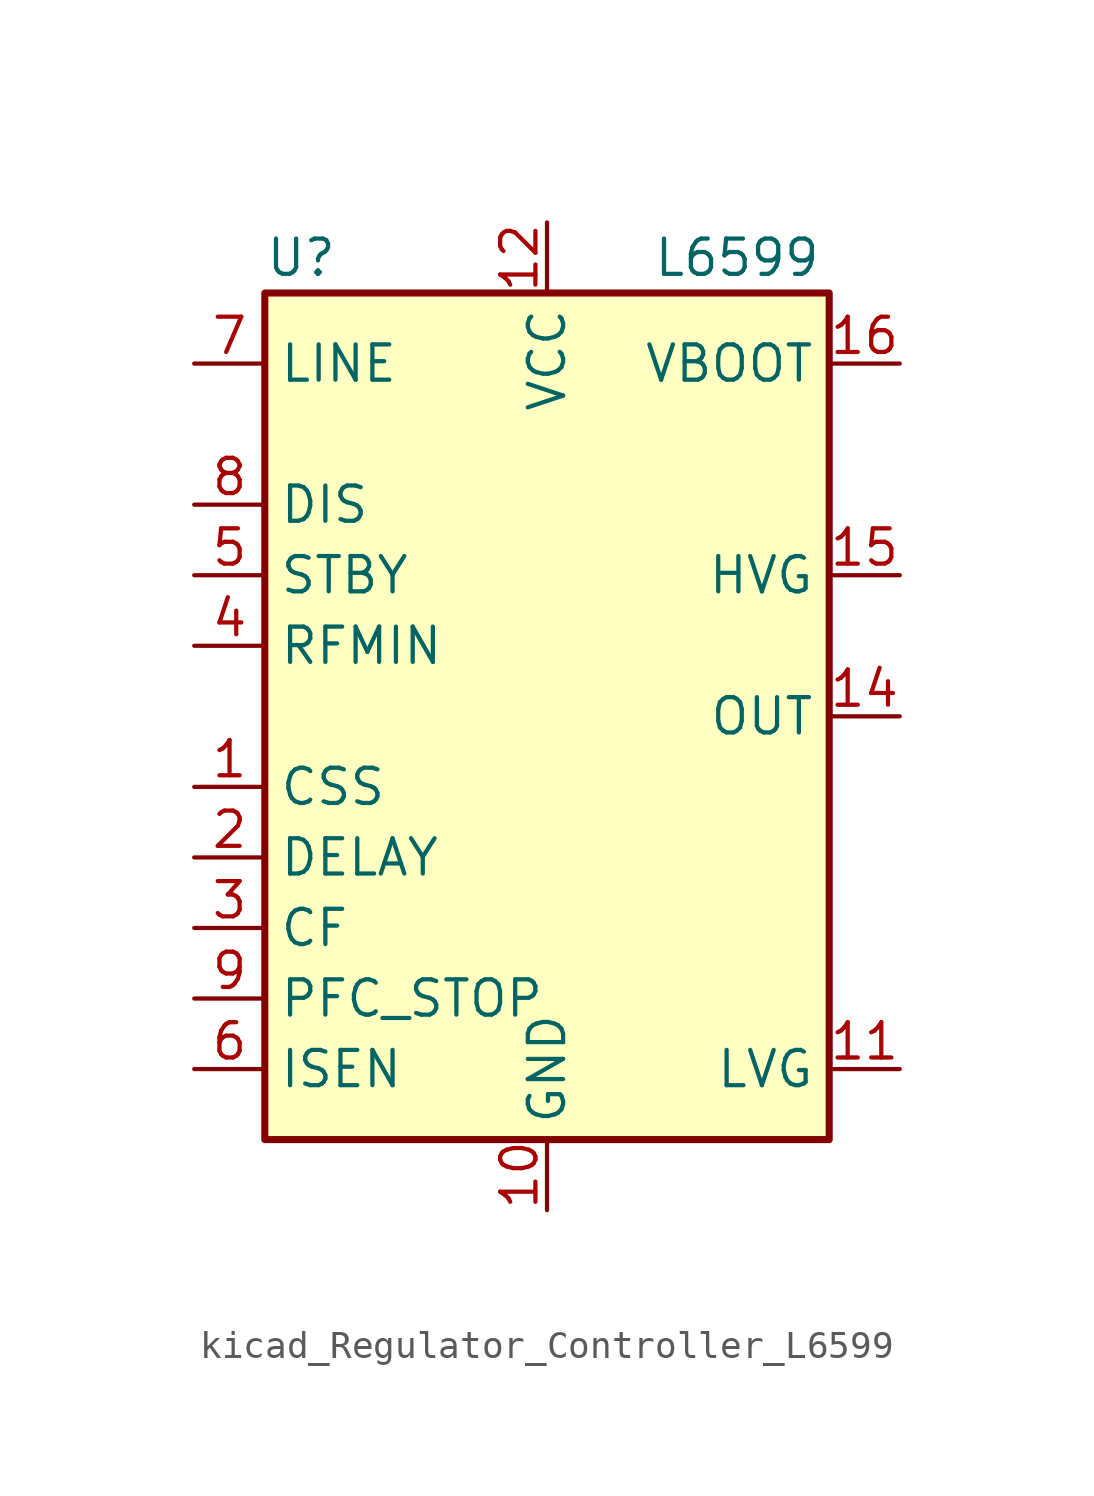
<source format=kicad_sym>
(kicad_symbol_lib
  (version 20220914)
  (generator kicad_symbol_editor)
  (symbol "kicad_Regulator_Controller_L6599"
    (property "Reference" "U"
      (at -10.16 16.51 0)
      (effects (font (size 1.27 1.27)) (justify left)))
    (property "Value" "L6599"
      (at 3.81 16.51 0)
      (effects (font (size 1.27 1.27)) (justify left)))
    (symbol "kicad_Regulator_Controller_L6599_0_0"
      (rectangle (start -10.16 15.24) (end 10.16 -15.24) (stroke (width 0.254) (type default)) (fill (type background))))
    (symbol "kicad_Regulator_Controller_L6599_1_1"
      (pin passive line (at -12.7 -2.54 0) (length 2.54) (name "CSS" (effects (font (size 1.27 1.27)))) (number "1" (effects (font (size 1.27 1.27)))))
      (pin power_in line (at 0 -17.78 90) (length 2.54) (name "GND" (effects (font (size 1.27 1.27)))) (number "10" (effects (font (size 1.27 1.27)))))
      (pin output line (at 12.7 -12.7 180) (length 2.54) (name "LVG" (effects (font (size 1.27 1.27)))) (number "11" (effects (font (size 1.27 1.27)))))
      (pin power_in line (at 0 17.78 270) (length 2.54) (name "VCC" (effects (font (size 1.27 1.27)))) (number "12" (effects (font (size 1.27 1.27)))))
      (pin no_connect line (at 10.16 10.16 180) (length 2.54) hide (name "NC" (effects (font (size 1.27 1.27)))) (number "13" (effects (font (size 1.27 1.27)))))
      (pin input line (at 12.7 0 180) (length 2.54) (name "OUT" (effects (font (size 1.27 1.27)))) (number "14" (effects (font (size 1.27 1.27)))))
      (pin output line (at 12.7 5.08 180) (length 2.54) (name "HVG" (effects (font (size 1.27 1.27)))) (number "15" (effects (font (size 1.27 1.27)))))
      (pin input line (at 12.7 12.7 180) (length 2.54) (name "VBOOT" (effects (font (size 1.27 1.27)))) (number "16" (effects (font (size 1.27 1.27)))))
      (pin passive line (at -12.7 -5.08 0) (length 2.54) (name "DELAY" (effects (font (size 1.27 1.27)))) (number "2" (effects (font (size 1.27 1.27)))))
      (pin passive line (at -12.7 -7.62 0) (length 2.54) (name "CF" (effects (font (size 1.27 1.27)))) (number "3" (effects (font (size 1.27 1.27)))))
      (pin passive line (at -12.7 2.54 0) (length 2.54) (name "RFMIN" (effects (font (size 1.27 1.27)))) (number "4" (effects (font (size 1.27 1.27)))))
      (pin input line (at -12.7 5.08 0) (length 2.54) (name "STBY" (effects (font (size 1.27 1.27)))) (number "5" (effects (font (size 1.27 1.27)))))
      (pin input line (at -12.7 -12.7 0) (length 2.54) (name "ISEN" (effects (font (size 1.27 1.27)))) (number "6" (effects (font (size 1.27 1.27)))))
      (pin input line (at -12.7 12.7 0) (length 2.54) (name "LINE" (effects (font (size 1.27 1.27)))) (number "7" (effects (font (size 1.27 1.27)))))
      (pin input line (at -12.7 7.62 0) (length 2.54) (name "DIS" (effects (font (size 1.27 1.27)))) (number "8" (effects (font (size 1.27 1.27)))))
      (pin open_collector line (at -12.7 -10.16 0) (length 2.54) (name "PFC_STOP" (effects (font (size 1.27 1.27)))) (number "9" (effects (font (size 1.27 1.27))))))))
</source>
